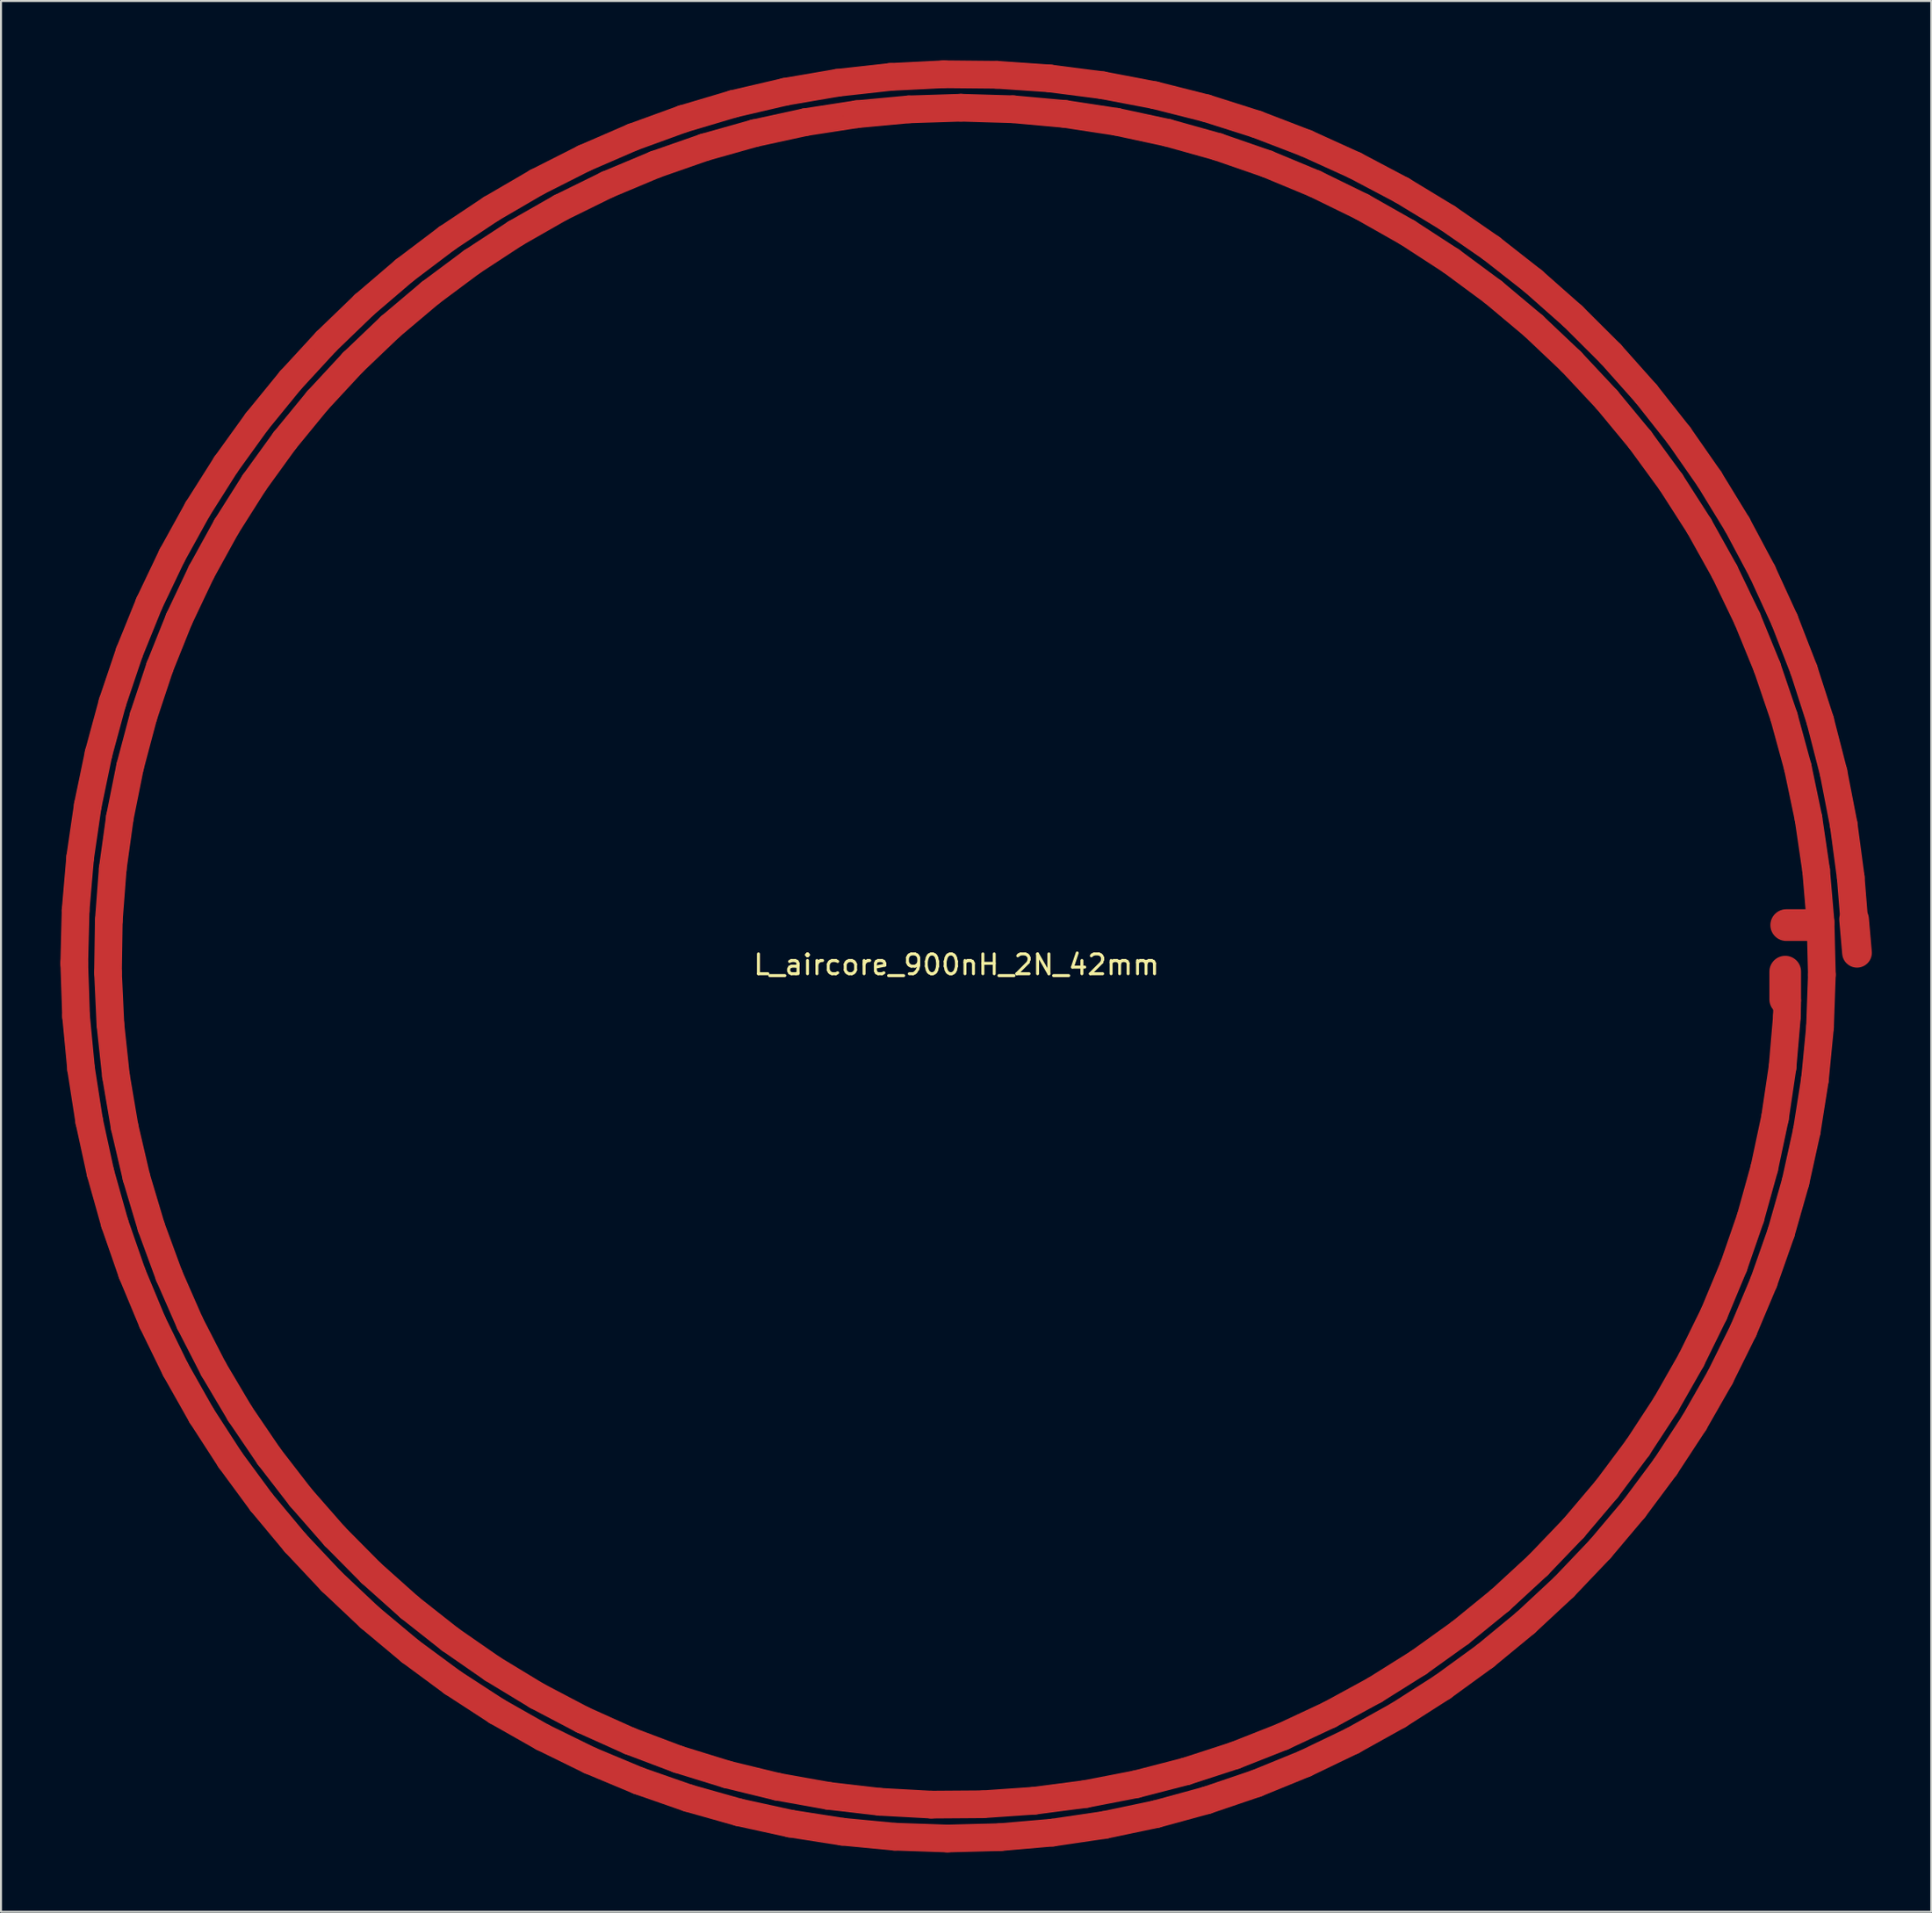
<source format=kicad_pcb>
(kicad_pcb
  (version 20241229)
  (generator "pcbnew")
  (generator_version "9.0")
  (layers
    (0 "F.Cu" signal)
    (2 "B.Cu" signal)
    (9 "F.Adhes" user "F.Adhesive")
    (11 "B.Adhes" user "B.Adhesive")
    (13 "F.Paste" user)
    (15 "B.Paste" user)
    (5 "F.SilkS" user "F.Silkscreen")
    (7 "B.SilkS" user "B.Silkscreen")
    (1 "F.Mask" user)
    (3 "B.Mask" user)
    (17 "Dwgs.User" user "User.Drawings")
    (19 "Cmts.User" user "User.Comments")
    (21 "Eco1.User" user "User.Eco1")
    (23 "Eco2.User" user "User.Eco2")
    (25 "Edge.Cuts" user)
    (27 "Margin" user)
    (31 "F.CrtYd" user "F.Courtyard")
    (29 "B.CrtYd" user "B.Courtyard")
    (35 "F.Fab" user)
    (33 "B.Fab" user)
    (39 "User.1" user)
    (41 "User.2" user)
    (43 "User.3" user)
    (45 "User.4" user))
  (footprint "L_aircore_900nH_2N_42mm"
    (layer "F.Cu")
    (at 45.25 45.666)
    (property "Reference" "L_aircore_900nH_2N_42mm" (at 0 0 0) (layer "F.SilkS") (effects (font (size 1 1) (thickness 0.15))))
    (attr smd)
    (fp_line (start -44.55 -0.072) (end -44.482 -2.741) (stroke (width 1.4) (type solid)) (layer "F.Cu"))
    (fp_line (start -44.482 -2.741) (end -44.254 -5.402) (stroke (width 1.4) (type solid)) (layer "F.Cu"))
    (fp_line (start -44.459 2.596) (end -44.55 -0.072) (stroke (width 1.4) (type solid)) (layer "F.Cu"))
    (fp_line (start -44.254 -5.402) (end -43.867 -8.045) (stroke (width 1.4) (type solid)) (layer "F.Cu"))
    (fp_line (start -44.207 5.253) (end -44.459 2.596) (stroke (width 1.4) (type solid)) (layer "F.Cu"))
    (fp_line (start -43.867 -8.045) (end -43.323 -10.661) (stroke (width 1.4) (type solid)) (layer "F.Cu"))
    (fp_line (start -43.797 7.89) (end -44.207 5.253) (stroke (width 1.4) (type solid)) (layer "F.Cu"))
    (fp_line (start -43.323 -10.661) (end -42.623 -13.239) (stroke (width 1.4) (type solid)) (layer "F.Cu"))
    (fp_line (start -43.229 10.497) (end -43.797 7.89) (stroke (width 1.4) (type solid)) (layer "F.Cu"))
    (fp_line (start -42.846 0.391) (end -42.806 -2.227) (stroke (width 1.4) (type solid)) (layer "F.Cu"))
    (fp_line (start -42.806 -2.227) (end -42.607 -4.839) (stroke (width 1.4) (type solid)) (layer "F.Cu"))
    (fp_line (start -42.725 3.006) (end -42.846 0.391) (stroke (width 1.4) (type solid)) (layer "F.Cu"))
    (fp_line (start -42.623 -13.239) (end -41.769 -15.772) (stroke (width 1.4) (type solid)) (layer "F.Cu"))
    (fp_line (start -42.607 -4.839) (end -42.248 -7.434) (stroke (width 1.4) (type solid)) (layer "F.Cu"))
    (fp_line (start -42.507 13.065) (end -43.229 10.497) (stroke (width 1.4) (type solid)) (layer "F.Cu"))
    (fp_line (start -42.445 5.609) (end -42.725 3.006) (stroke (width 1.4) (type solid)) (layer "F.Cu"))
    (fp_line (start -42.248 -7.434) (end -41.732 -10.002) (stroke (width 1.4) (type solid)) (layer "F.Cu"))
    (fp_line (start -42.007 8.189) (end -42.445 5.609) (stroke (width 1.4) (type solid)) (layer "F.Cu"))
    (fp_line (start -41.769 -15.772) (end -40.766 -18.249) (stroke (width 1.4) (type solid)) (layer "F.Cu"))
    (fp_line (start -41.732 -10.002) (end -41.059 -12.535) (stroke (width 1.4) (type solid)) (layer "F.Cu"))
    (fp_line (start -41.632 15.585) (end -42.507 13.065) (stroke (width 1.4) (type solid)) (layer "F.Cu"))
    (fp_line (start -41.412 10.737) (end -42.007 8.189) (stroke (width 1.4) (type solid)) (layer "F.Cu"))
    (fp_line (start -41.059 -12.535) (end -40.233 -15.023) (stroke (width 1.4) (type solid)) (layer "F.Cu"))
    (fp_line (start -40.766 -18.249) (end -39.615 -20.663) (stroke (width 1.4) (type solid)) (layer "F.Cu"))
    (fp_line (start -40.663 13.243) (end -41.412 10.737) (stroke (width 1.4) (type solid)) (layer "F.Cu"))
    (fp_line (start -40.607 18.047) (end -41.632 15.585) (stroke (width 1.4) (type solid)) (layer "F.Cu"))
    (fp_line (start -40.233 -15.023) (end -39.257 -17.456) (stroke (width 1.4) (type solid)) (layer "F.Cu"))
    (fp_line (start -39.761 15.699) (end -40.663 13.243) (stroke (width 1.4) (type solid)) (layer "F.Cu"))
    (fp_line (start -39.615 -20.663) (end -38.322 -23.003) (stroke (width 1.4) (type solid)) (layer "F.Cu"))
    (fp_line (start -39.437 20.442) (end -40.607 18.047) (stroke (width 1.4) (type solid)) (layer "F.Cu"))
    (fp_line (start -39.257 -17.456) (end -38.134 -19.825) (stroke (width 1.4) (type solid)) (layer "F.Cu"))
    (fp_line (start -38.712 18.094) (end -39.761 15.699) (stroke (width 1.4) (type solid)) (layer "F.Cu"))
    (fp_line (start -38.322 -23.003) (end -36.892 -25.263) (stroke (width 1.4) (type solid)) (layer "F.Cu"))
    (fp_line (start -38.134 -19.825) (end -36.868 -22.122) (stroke (width 1.4) (type solid)) (layer "F.Cu"))
    (fp_line (start -38.126 22.763) (end -39.437 20.442) (stroke (width 1.4) (type solid)) (layer "F.Cu"))
    (fp_line (start -37.518 20.42) (end -38.712 18.094) (stroke (width 1.4) (type solid)) (layer "F.Cu"))
    (fp_line (start -36.892 -25.263) (end -35.328 -27.433) (stroke (width 1.4) (type solid)) (layer "F.Cu"))
    (fp_line (start -36.868 -22.122) (end -35.465 -24.338) (stroke (width 1.4) (type solid)) (layer "F.Cu"))
    (fp_line (start -36.678 25.001) (end -38.126 22.763) (stroke (width 1.4) (type solid)) (layer "F.Cu"))
    (fp_line (start -36.185 22.668) (end -37.518 20.42) (stroke (width 1.4) (type solid)) (layer "F.Cu"))
    (fp_line (start -35.465 -24.338) (end -33.928 -26.465) (stroke (width 1.4) (type solid)) (layer "F.Cu"))
    (fp_line (start -35.328 -27.433) (end -33.637 -29.506) (stroke (width 1.4) (type solid)) (layer "F.Cu"))
    (fp_line (start -35.099 27.147) (end -36.678 25.001) (stroke (width 1.4) (type solid)) (layer "F.Cu"))
    (fp_line (start -34.716 24.83) (end -36.185 22.668) (stroke (width 1.4) (type solid)) (layer "F.Cu"))
    (fp_line (start -33.928 -26.465) (end -32.265 -28.494) (stroke (width 1.4) (type solid)) (layer "F.Cu"))
    (fp_line (start -33.637 -29.506) (end -31.825 -31.475) (stroke (width 1.4) (type solid)) (layer "F.Cu"))
    (fp_line (start -33.393 29.194) (end -35.099 27.147) (stroke (width 1.4) (type solid)) (layer "F.Cu"))
    (fp_line (start -33.119 26.898) (end -34.716 24.83) (stroke (width 1.4) (type solid)) (layer "F.Cu"))
    (fp_line (start -32.265 -28.494) (end -30.48 -30.419) (stroke (width 1.4) (type solid)) (layer "F.Cu"))
    (fp_line (start -31.825 -31.475) (end -29.898 -33.333) (stroke (width 1.4) (type solid)) (layer "F.Cu"))
    (fp_line (start -31.569 31.135) (end -33.393 29.194) (stroke (width 1.4) (type solid)) (layer "F.Cu"))
    (fp_line (start -31.398 28.864) (end -33.119 26.898) (stroke (width 1.4) (type solid)) (layer "F.Cu"))
    (fp_line (start -30.48 -30.419) (end -28.581 -32.232) (stroke (width 1.4) (type solid)) (layer "F.Cu"))
    (fp_line (start -29.898 -33.333) (end -27.864 -35.072) (stroke (width 1.4) (type solid)) (layer "F.Cu"))
    (fp_line (start -29.632 32.962) (end -31.569 31.135) (stroke (width 1.4) (type solid)) (layer "F.Cu"))
    (fp_line (start -29.56 30.72) (end -31.398 28.864) (stroke (width 1.4) (type solid)) (layer "F.Cu"))
    (fp_line (start -28.581 -32.232) (end -26.575 -33.926) (stroke (width 1.4) (type solid)) (layer "F.Cu"))
    (fp_line (start -27.864 -35.072) (end -25.728 -36.687) (stroke (width 1.4) (type solid)) (layer "F.Cu"))
    (fp_line (start -27.613 32.46) (end -29.56 30.72) (stroke (width 1.4) (type solid)) (layer "F.Cu"))
    (fp_line (start -27.588 34.67) (end -29.632 32.962) (stroke (width 1.4) (type solid)) (layer "F.Cu"))
    (fp_line (start -26.575 -33.926) (end -24.469 -35.495) (stroke (width 1.4) (type solid)) (layer "F.Cu"))
    (fp_line (start -25.728 -36.687) (end -23.5 -38.172) (stroke (width 1.4) (type solid)) (layer "F.Cu"))
    (fp_line (start -25.563 34.077) (end -27.613 32.46) (stroke (width 1.4) (type solid)) (layer "F.Cu"))
    (fp_line (start -25.446 36.251) (end -27.588 34.67) (stroke (width 1.4) (type solid)) (layer "F.Cu"))
    (fp_line (start -24.469 -35.495) (end -22.271 -36.933) (stroke (width 1.4) (type solid)) (layer "F.Cu"))
    (fp_line (start -23.5 -38.172) (end -21.186 -39.521) (stroke (width 1.4) (type solid)) (layer "F.Cu"))
    (fp_line (start -23.418 35.565) (end -25.563 34.077) (stroke (width 1.4) (type solid)) (layer "F.Cu"))
    (fp_line (start -23.214 37.701) (end -25.446 36.251) (stroke (width 1.4) (type solid)) (layer "F.Cu"))
    (fp_line (start -22.271 -36.933) (end -19.99 -38.235) (stroke (width 1.4) (type solid)) (layer "F.Cu"))
    (fp_line (start -21.187 36.919) (end -23.418 35.565) (stroke (width 1.4) (type solid)) (layer "F.Cu"))
    (fp_line (start -21.186 -39.521) (end -18.796 -40.73) (stroke (width 1.4) (type solid)) (layer "F.Cu"))
    (fp_line (start -20.899 39.013) (end -23.214 37.701) (stroke (width 1.4) (type solid)) (layer "F.Cu"))
    (fp_line (start -19.99 -38.235) (end -17.632 -39.395) (stroke (width 1.4) (type solid)) (layer "F.Cu"))
    (fp_line (start -18.877 38.133) (end -21.187 36.919) (stroke (width 1.4) (type solid)) (layer "F.Cu"))
    (fp_line (start -18.796 -40.73) (end -16.337 -41.795) (stroke (width 1.4) (type solid)) (layer "F.Cu"))
    (fp_line (start -18.509 40.184) (end -20.899 39.013) (stroke (width 1.4) (type solid)) (layer "F.Cu"))
    (fp_line (start -17.632 -39.395) (end -15.208 -40.411) (stroke (width 1.4) (type solid)) (layer "F.Cu"))
    (fp_line (start -16.497 39.203) (end -18.877 38.133) (stroke (width 1.4) (type solid)) (layer "F.Cu"))
    (fp_line (start -16.337 -41.795) (end -13.818 -42.711) (stroke (width 1.4) (type solid)) (layer "F.Cu"))
    (fp_line (start -16.054 41.209) (end -18.509 40.184) (stroke (width 1.4) (type solid)) (layer "F.Cu"))
    (fp_line (start -15.208 -40.411) (end -12.726 -41.277) (stroke (width 1.4) (type solid)) (layer "F.Cu"))
    (fp_line (start -14.057 40.125) (end -16.497 39.203) (stroke (width 1.4) (type solid)) (layer "F.Cu"))
    (fp_line (start -13.818 -42.711) (end -11.249 -43.475) (stroke (width 1.4) (type solid)) (layer "F.Cu"))
    (fp_line (start -13.543 42.084) (end -16.054 41.209) (stroke (width 1.4) (type solid)) (layer "F.Cu"))
    (fp_line (start -12.726 -41.277) (end -10.196 -41.99) (stroke (width 1.4) (type solid)) (layer "F.Cu"))
    (fp_line (start -11.566 40.895) (end -14.057 40.125) (stroke (width 1.4) (type solid)) (layer "F.Cu"))
    (fp_line (start -11.249 -43.475) (end -8.639 -44.084) (stroke (width 1.4) (type solid)) (layer "F.Cu"))
    (fp_line (start -10.983 42.806) (end -13.543 42.084) (stroke (width 1.4) (type solid)) (layer "F.Cu"))
    (fp_line (start -10.196 -41.99) (end -7.626 -42.549) (stroke (width 1.4) (type solid)) (layer "F.Cu"))
    (fp_line (start -9.032 41.512) (end -11.566 40.895) (stroke (width 1.4) (type solid)) (layer "F.Cu"))
    (fp_line (start -8.639 -44.084) (end -5.996 -44.537) (stroke (width 1.4) (type solid)) (layer "F.Cu"))
    (fp_line (start -8.386 43.373) (end -10.983 42.806) (stroke (width 1.4) (type solid)) (layer "F.Cu"))
    (fp_line (start -7.626 -42.549) (end -5.027 -42.95) (stroke (width 1.4) (type solid)) (layer "F.Cu"))
    (fp_line (start -6.466 41.971) (end -9.032 41.512) (stroke (width 1.4) (type solid)) (layer "F.Cu"))
    (fp_line (start -5.996 -44.537) (end -3.331 -44.831) (stroke (width 1.4) (type solid)) (layer "F.Cu"))
    (fp_line (start -5.759 43.783) (end -8.386 43.373) (stroke (width 1.4) (type solid)) (layer "F.Cu"))
    (fp_line (start -5.027 -42.95) (end -2.407 -43.193) (stroke (width 1.4) (type solid)) (layer "F.Cu"))
    (fp_line (start -3.877 42.272) (end -6.466 41.971) (stroke (width 1.4) (type solid)) (layer "F.Cu"))
    (fp_line (start -3.331 -44.831) (end -0.652 -44.966) (stroke (width 1.4) (type solid)) (layer "F.Cu"))
    (fp_line (start -3.113 44.034) (end -5.759 43.783) (stroke (width 1.4) (type solid)) (layer "F.Cu"))
    (fp_line (start -2.407 -43.193) (end 0.222 -43.276) (stroke (width 1.4) (type solid)) (layer "F.Cu"))
    (fp_line (start -1.275 42.414) (end -3.877 42.272) (stroke (width 1.4) (type solid)) (layer "F.Cu"))
    (fp_line (start -0.652 -44.966) (end 2.031 -44.941) (stroke (width 1.4) (type solid)) (layer "F.Cu"))
    (fp_line (start -0.457 44.125) (end -3.113 44.034) (stroke (width 1.4) (type solid)) (layer "F.Cu"))
    (fp_line (start 0.222 -43.276) (end 2.853 -43.199) (stroke (width 1.4) (type solid)) (layer "F.Cu"))
    (fp_line (start 1.33 42.396) (end -1.275 42.414) (stroke (width 1.4) (type solid)) (layer "F.Cu"))
    (fp_line (start 2.031 -44.941) (end 4.707 -44.756) (stroke (width 1.4) (type solid)) (layer "F.Cu"))
    (fp_line (start 2.199 44.057) (end -0.457 44.125) (stroke (width 1.4) (type solid)) (layer "F.Cu"))
    (fp_line (start 2.853 -43.199) (end 5.474 -42.962) (stroke (width 1.4) (type solid)) (layer "F.Cu"))
    (fp_line (start 3.929 42.217) (end 1.33 42.396) (stroke (width 1.4) (type solid)) (layer "F.Cu"))
    (fp_line (start 4.707 -44.756) (end 7.369 -44.412) (stroke (width 1.4) (type solid)) (layer "F.Cu"))
    (fp_line (start 4.845 43.828) (end 2.199 44.057) (stroke (width 1.4) (type solid)) (layer "F.Cu"))
    (fp_line (start 5.474 -42.962) (end 8.077 -42.566) (stroke (width 1.4) (type solid)) (layer "F.Cu"))
    (fp_line (start 6.511 41.88) (end 3.929 42.217) (stroke (width 1.4) (type solid)) (layer "F.Cu"))
    (fp_line (start 7.369 -44.412) (end 10.005 -43.91) (stroke (width 1.4) (type solid)) (layer "F.Cu"))
    (fp_line (start 7.473 43.441) (end 4.845 43.828) (stroke (width 1.4) (type solid)) (layer "F.Cu"))
    (fp_line (start 8.077 -42.566) (end 10.652 -42.013) (stroke (width 1.4) (type solid)) (layer "F.Cu"))
    (fp_line (start 9.067 41.385) (end 6.511 41.88) (stroke (width 1.4) (type solid)) (layer "F.Cu"))
    (fp_line (start 10.005 -43.91) (end 12.608 -43.252) (stroke (width 1.4) (type solid)) (layer "F.Cu"))
    (fp_line (start 10.072 42.896) (end 7.473 43.441) (stroke (width 1.4) (type solid)) (layer "F.Cu"))
    (fp_line (start 10.652 -42.013) (end 13.188 -41.304) (stroke (width 1.4) (type solid)) (layer "F.Cu"))
    (fp_line (start 11.588 40.734) (end 9.067 41.385) (stroke (width 1.4) (type solid)) (layer "F.Cu"))
    (fp_line (start 12.608 -43.252) (end 15.167 -42.439) (stroke (width 1.4) (type solid)) (layer "F.Cu"))
    (fp_line (start 12.633 42.196) (end 10.072 42.896) (stroke (width 1.4) (type solid)) (layer "F.Cu"))
    (fp_line (start 13.188 -41.304) (end 15.677 -40.443) (stroke (width 1.4) (type solid)) (layer "F.Cu"))
    (fp_line (start 14.063 39.929) (end 11.588 40.734) (stroke (width 1.4) (type solid)) (layer "F.Cu"))
    (fp_line (start 15.146 41.343) (end 12.633 42.196) (stroke (width 1.4) (type solid)) (layer "F.Cu"))
    (fp_line (start 15.167 -42.439) (end 17.674 -41.475) (stroke (width 1.4) (type solid)) (layer "F.Cu"))
    (fp_line (start 15.677 -40.443) (end 18.11 -39.432) (stroke (width 1.4) (type solid)) (layer "F.Cu"))
    (fp_line (start 16.484 38.974) (end 14.063 39.929) (stroke (width 1.4) (type solid)) (layer "F.Cu"))
    (fp_line (start 17.604 40.34) (end 15.146 41.343) (stroke (width 1.4) (type solid)) (layer "F.Cu"))
    (fp_line (start 17.674 -41.475) (end 20.119 -40.364) (stroke (width 1.4) (type solid)) (layer "F.Cu"))
    (fp_line (start 18.11 -39.432) (end 20.478 -38.274) (stroke (width 1.4) (type solid)) (layer "F.Cu"))
    (fp_line (start 18.841 37.872) (end 16.484 38.974) (stroke (width 1.4) (type solid)) (layer "F.Cu"))
    (fp_line (start 19.995 39.191) (end 17.604 40.34) (stroke (width 1.4) (type solid)) (layer "F.Cu"))
    (fp_line (start 20.119 -40.364) (end 22.494 -39.109) (stroke (width 1.4) (type solid)) (layer "F.Cu"))
    (fp_line (start 20.478 -38.274) (end 22.771 -36.975) (stroke (width 1.4) (type solid)) (layer "F.Cu"))
    (fp_line (start 21.125 36.628) (end 18.841 37.872) (stroke (width 1.4) (type solid)) (layer "F.Cu"))
    (fp_line (start 22.313 37.901) (end 19.995 39.191) (stroke (width 1.4) (type solid)) (layer "F.Cu"))
    (fp_line (start 22.494 -39.109) (end 24.791 -37.714) (stroke (width 1.4) (type solid)) (layer "F.Cu"))
    (fp_line (start 22.771 -36.975) (end 24.981 -35.539) (stroke (width 1.4) (type solid)) (layer "F.Cu"))
    (fp_line (start 23.329 35.246) (end 21.125 36.628) (stroke (width 1.4) (type solid)) (layer "F.Cu"))
    (fp_line (start 24.549 36.473) (end 22.313 37.901) (stroke (width 1.4) (type solid)) (layer "F.Cu"))
    (fp_line (start 24.791 -37.714) (end 27.001 -36.185) (stroke (width 1.4) (type solid)) (layer "F.Cu"))
    (fp_line (start 24.981 -35.539) (end 27.101 -33.971) (stroke (width 1.4) (type solid)) (layer "F.Cu"))
    (fp_line (start 25.442 33.731) (end 23.329 35.246) (stroke (width 1.4) (type solid)) (layer "F.Cu"))
    (fp_line (start 26.694 34.913) (end 24.549 36.473) (stroke (width 1.4) (type solid)) (layer "F.Cu"))
    (fp_line (start 27.001 -36.185) (end 29.116 -34.526) (stroke (width 1.4) (type solid)) (layer "F.Cu"))
    (fp_line (start 27.101 -33.971) (end 29.122 -32.277) (stroke (width 1.4) (type solid)) (layer "F.Cu"))
    (fp_line (start 27.458 32.089) (end 25.442 33.731) (stroke (width 1.4) (type solid)) (layer "F.Cu"))
    (fp_line (start 28.74 33.227) (end 26.694 34.913) (stroke (width 1.4) (type solid)) (layer "F.Cu"))
    (fp_line (start 29.116 -34.526) (end 31.13 -32.745) (stroke (width 1.4) (type solid)) (layer "F.Cu"))
    (fp_line (start 29.122 -32.277) (end 31.038 -30.464) (stroke (width 1.4) (type solid)) (layer "F.Cu"))
    (fp_line (start 29.369 30.327) (end 27.458 32.089) (stroke (width 1.4) (type solid)) (layer "F.Cu"))
    (fp_line (start 30.681 31.421) (end 28.74 33.227) (stroke (width 1.4) (type solid)) (layer "F.Cu"))
    (fp_line (start 31.038 -30.464) (end 32.84 -28.537) (stroke (width 1.4) (type solid)) (layer "F.Cu"))
    (fp_line (start 31.13 -32.745) (end 33.034 -30.846) (stroke (width 1.4) (type solid)) (layer "F.Cu"))
    (fp_line (start 31.167 28.451) (end 29.369 30.327) (stroke (width 1.4) (type solid)) (layer "F.Cu"))
    (fp_line (start 32.509 29.502) (end 30.681 31.421) (stroke (width 1.4) (type solid)) (layer "F.Cu"))
    (fp_line (start 32.84 -28.537) (end 34.522 -26.504) (stroke (width 1.4) (type solid)) (layer "F.Cu"))
    (fp_line (start 32.846 26.469) (end 31.167 28.451) (stroke (width 1.4) (type solid)) (layer "F.Cu"))
    (fp_line (start 33.034 -30.846) (end 34.822 -28.838) (stroke (width 1.4) (type solid)) (layer "F.Cu"))
    (fp_line (start 34.217 27.476) (end 32.509 29.502) (stroke (width 1.4) (type solid)) (layer "F.Cu"))
    (fp_line (start 34.4 24.387) (end 32.846 26.469) (stroke (width 1.4) (type solid)) (layer "F.Cu"))
    (fp_line (start 34.522 -26.504) (end 36.078 -24.373) (stroke (width 1.4) (type solid)) (layer "F.Cu"))
    (fp_line (start 34.822 -28.838) (end 36.488 -26.726) (stroke (width 1.4) (type solid)) (layer "F.Cu"))
    (fp_line (start 35.8 25.351) (end 34.217 27.476) (stroke (width 1.4) (type solid)) (layer "F.Cu"))
    (fp_line (start 35.822 22.213) (end 34.4 24.387) (stroke (width 1.4) (type solid)) (layer "F.Cu"))
    (fp_line (start 36.078 -24.373) (end 37.503 -22.151) (stroke (width 1.4) (type solid)) (layer "F.Cu"))
    (fp_line (start 36.488 -26.726) (end 38.026 -24.518) (stroke (width 1.4) (type solid)) (layer "F.Cu"))
    (fp_line (start 37.107 19.957) (end 35.822 22.213) (stroke (width 1.4) (type solid)) (layer "F.Cu"))
    (fp_line (start 37.251 23.135) (end 35.8 25.351) (stroke (width 1.4) (type solid)) (layer "F.Cu"))
    (fp_line (start 37.503 -22.151) (end 38.79 -19.846) (stroke (width 1.4) (type solid)) (layer "F.Cu"))
    (fp_line (start 38.026 -24.518) (end 39.43 -22.223) (stroke (width 1.4) (type solid)) (layer "F.Cu"))
    (fp_line (start 38.251 17.627) (end 37.107 19.957) (stroke (width 1.4) (type solid)) (layer "F.Cu"))
    (fp_line (start 38.565 20.836) (end 37.251 23.135) (stroke (width 1.4) (type solid)) (layer "F.Cu"))
    (fp_line (start 38.79 -19.846) (end 39.936 -17.467) (stroke (width 1.4) (type solid)) (layer "F.Cu"))
    (fp_line (start 39.249 15.23) (end 38.251 17.627) (stroke (width 1.4) (type solid)) (layer "F.Cu"))
    (fp_line (start 39.43 -22.223) (end 40.695 -19.848) (stroke (width 1.4) (type solid)) (layer "F.Cu"))
    (fp_line (start 39.739 18.462) (end 38.565 20.836) (stroke (width 1.4) (type solid)) (layer "F.Cu"))
    (fp_line (start 39.936 -17.467) (end 40.936 -15.022) (stroke (width 1.4) (type solid)) (layer "F.Cu"))
    (fp_line (start 40.097 12.778) (end 39.249 15.23) (stroke (width 1.4) (type solid)) (layer "F.Cu"))
    (fp_line (start 40.695 -19.848) (end 41.817 -17.401) (stroke (width 1.4) (type solid)) (layer "F.Cu"))
    (fp_line (start 40.766 16.022) (end 39.739 18.462) (stroke (width 1.4) (type solid)) (layer "F.Cu"))
    (fp_line (start 40.792 10.278) (end 40.097 12.778) (stroke (width 1.4) (type solid)) (layer "F.Cu"))
    (fp_line (start 40.936 -15.022) (end 41.786 -12.521) (stroke (width 1.4) (type solid)) (layer "F.Cu"))
    (fp_line (start 41.332 7.741) (end 40.792 10.278) (stroke (width 1.4) (type solid)) (layer "F.Cu"))
    (fp_line (start 41.644 13.524) (end 40.766 16.022) (stroke (width 1.4) (type solid)) (layer "F.Cu"))
    (fp_line (start 41.714 5.175) (end 41.332 7.741) (stroke (width 1.4) (type solid)) (layer "F.Cu"))
    (fp_line (start 41.786 -12.521) (end 42.483 -9.972) (stroke (width 1.4) (type solid)) (layer "F.Cu"))
    (fp_line (start 41.817 -17.401) (end 42.792 -14.891) (stroke (width 1.4) (type solid)) (layer "F.Cu"))
    (fp_line (start 41.937 2.592) (end 41.714 5.175) (stroke (width 1.4) (type solid)) (layer "F.Cu"))
    (fp_line (start 41.95 1.85) (end 41.937 2.592) (stroke (width 1.4) (type solid)) (layer "F.Cu"))
    (fp_line (start 42.369 10.979) (end 41.644 13.524) (stroke (width 1.4) (type solid)) (layer "F.Cu"))
    (fp_line (start 42.483 -9.972) (end 43.025 -7.386) (stroke (width 1.4) (type solid)) (layer "F.Cu"))
    (fp_line (start 42.792 -14.891) (end 43.617 -12.328) (stroke (width 1.4) (type solid)) (layer "F.Cu"))
    (fp_line (start 42.939 8.395) (end 42.369 10.979) (stroke (width 1.4) (type solid)) (layer "F.Cu"))
    (fp_line (start 43.025 -7.386) (end 43.409 -4.771) (stroke (width 1.4) (type solid)) (layer "F.Cu"))
    (fp_line (start 43.352 5.782) (end 42.939 8.395) (stroke (width 1.4) (type solid)) (layer "F.Cu"))
    (fp_line (start 43.409 -4.771) (end 43.634 -2.137) (stroke (width 1.4) (type solid)) (layer "F.Cu"))
    (fp_line (start 43.606 3.149) (end 43.352 5.782) (stroke (width 1.4) (type solid)) (layer "F.Cu"))
    (fp_line (start 43.617 -12.328) (end 44.288 -9.72) (stroke (width 1.4) (type solid)) (layer "F.Cu"))
    (fp_line (start 43.634 -2.137) (end 43.7 0.506) (stroke (width 1.4) (type solid)) (layer "F.Cu"))
    (fp_line (start 43.7 0.506) (end 43.606 3.149) (stroke (width 1.4) (type solid)) (layer "F.Cu"))
    (fp_line (start 44.288 -9.72) (end 44.802 -7.076) (stroke (width 1.4) (type solid)) (layer "F.Cu"))
    (fp_line (start 44.802 -7.076) (end 45.159 -4.405) (stroke (width 1.4) (type solid)) (layer "F.Cu"))
    (fp_line (start 45.159 -4.405) (end 45.3 -2.65) (stroke (width 1.4) (type solid)) (layer "F.Cu"))
    (pad "1" smd oval (at 41.85 1.05) (size 1.6 3) (layers "F.Cu"))
    (pad "2" smd oval (at 42.6 -2) (size 3 1.6) (layers "F.Cu"))
    (pad "3" smd oval (at 45.4 -1.45 5) (size 1.5 3.2) (layers "F.Cu")))
  (gr_rect
    (start -3 -3)
    (end 94.474 93.492)
    (stroke (width 0.1) (type default))
    (fill no)
    (layer "Edge.Cuts")))
</source>
